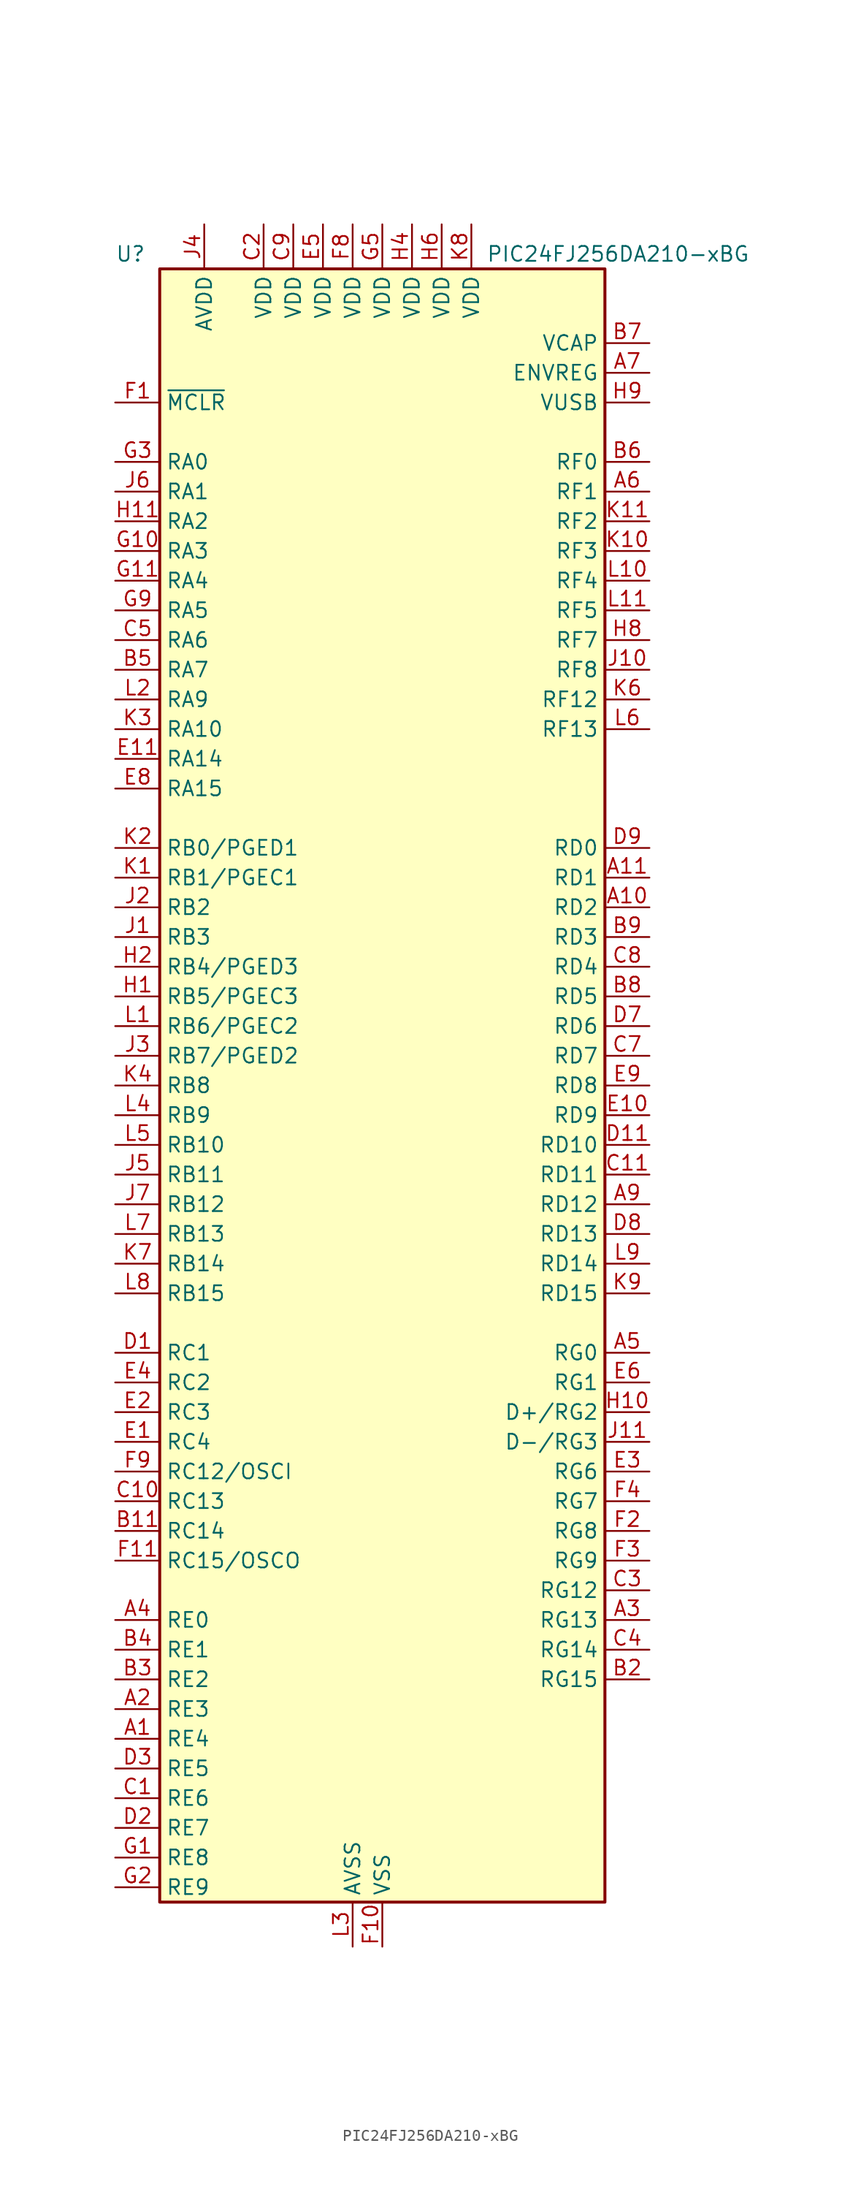
<source format=kicad_sym>
(kicad_symbol_lib
  (version 20201005)
  (generator kicad_symbol_editor)
  (symbol "PIC24FJ256DA210-xBG"
    (property "Reference" "U"
      (at -22.86 71.12 0)
      (effects (font (size 1.27 1.27)) (justify left)))
    (property "Value" "PIC24FJ256DA210-xBG"
      (at 8.89 71.12 0)
      (effects (font (size 1.27 1.27)) (justify left)))
    (symbol "PIC24FJ256DA210-xBG_1_1"
      (rectangle (start -19.05 69.85) (end 19.05 -69.85) (stroke (width 0.254)) (fill (type background)))
      (pin bidirectional line (at -22.86 -55.88 0) (length 3.81) (name "RE4" (effects (font (size 1.27 1.27)))) (number "A1" (effects (font (size 1.27 1.27)))))
      (pin bidirectional line (at 22.86 15.24 180) (length 3.81) (name "RD2" (effects (font (size 1.27 1.27)))) (number "A10" (effects (font (size 1.27 1.27)))))
      (pin bidirectional line (at 22.86 17.78 180) (length 3.81) (name "RD1" (effects (font (size 1.27 1.27)))) (number "A11" (effects (font (size 1.27 1.27)))))
      (pin bidirectional line (at -22.86 -53.34 0) (length 3.81) (name "RE3" (effects (font (size 1.27 1.27)))) (number "A2" (effects (font (size 1.27 1.27)))))
      (pin bidirectional line (at 22.86 -45.72 180) (length 3.81) (name "RG13" (effects (font (size 1.27 1.27)))) (number "A3" (effects (font (size 1.27 1.27)))))
      (pin bidirectional line (at -22.86 -45.72 0) (length 3.81) (name "RE0" (effects (font (size 1.27 1.27)))) (number "A4" (effects (font (size 1.27 1.27)))))
      (pin bidirectional line (at 22.86 -22.86 180) (length 3.81) (name "RG0" (effects (font (size 1.27 1.27)))) (number "A5" (effects (font (size 1.27 1.27)))))
      (pin bidirectional line (at 22.86 50.8 180) (length 3.81) (name "RF1" (effects (font (size 1.27 1.27)))) (number "A6" (effects (font (size 1.27 1.27)))))
      (pin input line (at 22.86 60.96 180) (length 3.81) (name "ENVREG" (effects (font (size 1.27 1.27)))) (number "A7" (effects (font (size 1.27 1.27)))))
      (pin no_connect line (at 2.54 -25.4 180) (length 3.81) hide (name "N/C" (effects (font (size 1.27 1.27)))) (number "A8" (effects (font (size 1.27 1.27)))))
      (pin bidirectional line (at 22.86 -10.16 180) (length 3.81) (name "RD12" (effects (font (size 1.27 1.27)))) (number "A9" (effects (font (size 1.27 1.27)))))
      (pin no_connect line (at 2.54 -27.94 180) (length 3.81) hide (name "N/C" (effects (font (size 1.27 1.27)))) (number "B1" (effects (font (size 1.27 1.27)))))
      (pin passive line (at 0 -73.66 90) (length 3.81) hide (name "VSS" (effects (font (size 1.27 1.27)))) (number "B10" (effects (font (size 1.27 1.27)))))
      (pin bidirectional line (at -22.86 -38.1 0) (length 3.81) (name "RC14" (effects (font (size 1.27 1.27)))) (number "B11" (effects (font (size 1.27 1.27)))))
      (pin bidirectional line (at 22.86 -50.8 180) (length 3.81) (name "RG15" (effects (font (size 1.27 1.27)))) (number "B2" (effects (font (size 1.27 1.27)))))
      (pin bidirectional line (at -22.86 -50.8 0) (length 3.81) (name "RE2" (effects (font (size 1.27 1.27)))) (number "B3" (effects (font (size 1.27 1.27)))))
      (pin bidirectional line (at -22.86 -48.26 0) (length 3.81) (name "RE1" (effects (font (size 1.27 1.27)))) (number "B4" (effects (font (size 1.27 1.27)))))
      (pin bidirectional line (at -22.86 35.56 0) (length 3.81) (name "RA7" (effects (font (size 1.27 1.27)))) (number "B5" (effects (font (size 1.27 1.27)))))
      (pin bidirectional line (at 22.86 53.34 180) (length 3.81) (name "RF0" (effects (font (size 1.27 1.27)))) (number "B6" (effects (font (size 1.27 1.27)))))
      (pin passive line (at 22.86 63.5 180) (length 3.81) (name "VCAP" (effects (font (size 1.27 1.27)))) (number "B7" (effects (font (size 1.27 1.27)))))
      (pin bidirectional line (at 22.86 7.62 180) (length 3.81) (name "RD5" (effects (font (size 1.27 1.27)))) (number "B8" (effects (font (size 1.27 1.27)))))
      (pin bidirectional line (at 22.86 12.7 180) (length 3.81) (name "RD3" (effects (font (size 1.27 1.27)))) (number "B9" (effects (font (size 1.27 1.27)))))
      (pin bidirectional line (at -22.86 -60.96 0) (length 3.81) (name "RE6" (effects (font (size 1.27 1.27)))) (number "C1" (effects (font (size 1.27 1.27)))))
      (pin bidirectional line (at -22.86 -35.56 0) (length 3.81) (name "RC13" (effects (font (size 1.27 1.27)))) (number "C10" (effects (font (size 1.27 1.27)))))
      (pin bidirectional line (at 22.86 -7.62 180) (length 3.81) (name "RD11" (effects (font (size 1.27 1.27)))) (number "C11" (effects (font (size 1.27 1.27)))))
      (pin power_in line (at -10.16 73.66 270) (length 3.81) (name "VDD" (effects (font (size 1.27 1.27)))) (number "C2" (effects (font (size 1.27 1.27)))))
      (pin bidirectional line (at 22.86 -43.18 180) (length 3.81) (name "RG12" (effects (font (size 1.27 1.27)))) (number "C3" (effects (font (size 1.27 1.27)))))
      (pin bidirectional line (at 22.86 -48.26 180) (length 3.81) (name "RG14" (effects (font (size 1.27 1.27)))) (number "C4" (effects (font (size 1.27 1.27)))))
      (pin bidirectional line (at -22.86 38.1 0) (length 3.81) (name "RA6" (effects (font (size 1.27 1.27)))) (number "C5" (effects (font (size 1.27 1.27)))))
      (pin no_connect line (at 2.54 -30.48 180) (length 3.81) hide (name "N/C" (effects (font (size 1.27 1.27)))) (number "C6" (effects (font (size 1.27 1.27)))))
      (pin bidirectional line (at 22.86 2.54 180) (length 3.81) (name "RD7" (effects (font (size 1.27 1.27)))) (number "C7" (effects (font (size 1.27 1.27)))))
      (pin bidirectional line (at 22.86 10.16 180) (length 3.81) (name "RD4" (effects (font (size 1.27 1.27)))) (number "C8" (effects (font (size 1.27 1.27)))))
      (pin power_in line (at -7.62 73.66 270) (length 3.81) (name "VDD" (effects (font (size 1.27 1.27)))) (number "C9" (effects (font (size 1.27 1.27)))))
      (pin bidirectional line (at -22.86 -22.86 0) (length 3.81) (name "RC1" (effects (font (size 1.27 1.27)))) (number "D1" (effects (font (size 1.27 1.27)))))
      (pin no_connect line (at 2.54 -35.56 180) (length 3.81) hide (name "N/C" (effects (font (size 1.27 1.27)))) (number "D10" (effects (font (size 1.27 1.27)))))
      (pin bidirectional line (at 22.86 -5.08 180) (length 3.81) (name "RD10" (effects (font (size 1.27 1.27)))) (number "D11" (effects (font (size 1.27 1.27)))))
      (pin bidirectional line (at -22.86 -63.5 0) (length 3.81) (name "RE7" (effects (font (size 1.27 1.27)))) (number "D2" (effects (font (size 1.27 1.27)))))
      (pin bidirectional line (at -22.86 -58.42 0) (length 3.81) (name "RE5" (effects (font (size 1.27 1.27)))) (number "D3" (effects (font (size 1.27 1.27)))))
      (pin passive line (at 0 -73.66 90) (length 3.81) hide (name "VSS" (effects (font (size 1.27 1.27)))) (number "D4" (effects (font (size 1.27 1.27)))))
      (pin passive line (at 0 -73.66 90) (length 3.81) hide (name "VSS" (effects (font (size 1.27 1.27)))) (number "D5" (effects (font (size 1.27 1.27)))))
      (pin no_connect line (at 2.54 -33.02 180) (length 3.81) hide (name "N/C" (effects (font (size 1.27 1.27)))) (number "D6" (effects (font (size 1.27 1.27)))))
      (pin bidirectional line (at 22.86 5.08 180) (length 3.81) (name "RD6" (effects (font (size 1.27 1.27)))) (number "D7" (effects (font (size 1.27 1.27)))))
      (pin bidirectional line (at 22.86 -12.7 180) (length 3.81) (name "RD13" (effects (font (size 1.27 1.27)))) (number "D8" (effects (font (size 1.27 1.27)))))
      (pin bidirectional line (at 22.86 20.32 180) (length 3.81) (name "RD0" (effects (font (size 1.27 1.27)))) (number "D9" (effects (font (size 1.27 1.27)))))
      (pin bidirectional line (at -22.86 -30.48 0) (length 3.81) (name "RC4" (effects (font (size 1.27 1.27)))) (number "E1" (effects (font (size 1.27 1.27)))))
      (pin bidirectional line (at 22.86 -2.54 180) (length 3.81) (name "RD9" (effects (font (size 1.27 1.27)))) (number "E10" (effects (font (size 1.27 1.27)))))
      (pin bidirectional line (at -22.86 27.94 0) (length 3.81) (name "RA14" (effects (font (size 1.27 1.27)))) (number "E11" (effects (font (size 1.27 1.27)))))
      (pin bidirectional line (at -22.86 -27.94 0) (length 3.81) (name "RC3" (effects (font (size 1.27 1.27)))) (number "E2" (effects (font (size 1.27 1.27)))))
      (pin bidirectional line (at 22.86 -33.02 180) (length 3.81) (name "RG6" (effects (font (size 1.27 1.27)))) (number "E3" (effects (font (size 1.27 1.27)))))
      (pin bidirectional line (at -22.86 -25.4 0) (length 3.81) (name "RC2" (effects (font (size 1.27 1.27)))) (number "E4" (effects (font (size 1.27 1.27)))))
      (pin power_in line (at -5.08 73.66 270) (length 3.81) (name "VDD" (effects (font (size 1.27 1.27)))) (number "E5" (effects (font (size 1.27 1.27)))))
      (pin bidirectional line (at 22.86 -25.4 180) (length 3.81) (name "RG1" (effects (font (size 1.27 1.27)))) (number "E6" (effects (font (size 1.27 1.27)))))
      (pin no_connect line (at 2.54 -38.1 180) (length 3.81) hide (name "N/C" (effects (font (size 1.27 1.27)))) (number "E7" (effects (font (size 1.27 1.27)))))
      (pin bidirectional line (at -22.86 25.4 0) (length 3.81) (name "RA15" (effects (font (size 1.27 1.27)))) (number "E8" (effects (font (size 1.27 1.27)))))
      (pin bidirectional line (at 22.86 0 180) (length 3.81) (name "RD8" (effects (font (size 1.27 1.27)))) (number "E9" (effects (font (size 1.27 1.27)))))
      (pin input line (at -22.86 58.42 0) (length 3.81) (name "~MCLR" (effects (font (size 1.27 1.27)))) (number "F1" (effects (font (size 1.27 1.27)))))
      (pin power_in line (at 0 -73.66 90) (length 3.81) (name "VSS" (effects (font (size 1.27 1.27)))) (number "F10" (effects (font (size 1.27 1.27)))))
      (pin bidirectional line (at -22.86 -40.64 0) (length 3.81) (name "RC15/OSCO" (effects (font (size 1.27 1.27)))) (number "F11" (effects (font (size 1.27 1.27)))))
      (pin bidirectional line (at 22.86 -38.1 180) (length 3.81) (name "RG8" (effects (font (size 1.27 1.27)))) (number "F2" (effects (font (size 1.27 1.27)))))
      (pin bidirectional line (at 22.86 -40.64 180) (length 3.81) (name "RG9" (effects (font (size 1.27 1.27)))) (number "F3" (effects (font (size 1.27 1.27)))))
      (pin bidirectional line (at 22.86 -35.56 180) (length 3.81) (name "RG7" (effects (font (size 1.27 1.27)))) (number "F4" (effects (font (size 1.27 1.27)))))
      (pin passive line (at 0 -73.66 90) (length 3.81) hide (name "VSS" (effects (font (size 1.27 1.27)))) (number "F5" (effects (font (size 1.27 1.27)))))
      (pin no_connect line (at 2.54 -40.64 180) (length 3.81) hide (name "N/C" (effects (font (size 1.27 1.27)))) (number "F6" (effects (font (size 1.27 1.27)))))
      (pin no_connect line (at 2.54 -43.18 180) (length 3.81) hide (name "N/C" (effects (font (size 1.27 1.27)))) (number "F7" (effects (font (size 1.27 1.27)))))
      (pin power_in line (at -2.54 73.66 270) (length 3.81) (name "VDD" (effects (font (size 1.27 1.27)))) (number "F8" (effects (font (size 1.27 1.27)))))
      (pin bidirectional line (at -22.86 -33.02 0) (length 3.81) (name "RC12/OSCI" (effects (font (size 1.27 1.27)))) (number "F9" (effects (font (size 1.27 1.27)))))
      (pin bidirectional line (at -22.86 -66.04 0) (length 3.81) (name "RE8" (effects (font (size 1.27 1.27)))) (number "G1" (effects (font (size 1.27 1.27)))))
      (pin bidirectional line (at -22.86 45.72 0) (length 3.81) (name "RA3" (effects (font (size 1.27 1.27)))) (number "G10" (effects (font (size 1.27 1.27)))))
      (pin bidirectional line (at -22.86 43.18 0) (length 3.81) (name "RA4" (effects (font (size 1.27 1.27)))) (number "G11" (effects (font (size 1.27 1.27)))))
      (pin bidirectional line (at -22.86 -68.58 0) (length 3.81) (name "RE9" (effects (font (size 1.27 1.27)))) (number "G2" (effects (font (size 1.27 1.27)))))
      (pin bidirectional line (at -22.86 53.34 0) (length 3.81) (name "RA0" (effects (font (size 1.27 1.27)))) (number "G3" (effects (font (size 1.27 1.27)))))
      (pin no_connect line (at 2.54 -45.72 180) (length 3.81) hide (name "N/C" (effects (font (size 1.27 1.27)))) (number "G4" (effects (font (size 1.27 1.27)))))
      (pin power_in line (at 0 73.66 270) (length 3.81) (name "VDD" (effects (font (size 1.27 1.27)))) (number "G5" (effects (font (size 1.27 1.27)))))
      (pin passive line (at 0 -73.66 90) (length 3.81) hide (name "VSS" (effects (font (size 1.27 1.27)))) (number "G6" (effects (font (size 1.27 1.27)))))
      (pin passive line (at 0 -73.66 90) (length 3.81) hide (name "VSS" (effects (font (size 1.27 1.27)))) (number "G7" (effects (font (size 1.27 1.27)))))
      (pin no_connect line (at 2.54 -48.26 180) (length 3.81) hide (name "N/C" (effects (font (size 1.27 1.27)))) (number "G8" (effects (font (size 1.27 1.27)))))
      (pin bidirectional line (at -22.86 40.64 0) (length 3.81) (name "RA5" (effects (font (size 1.27 1.27)))) (number "G9" (effects (font (size 1.27 1.27)))))
      (pin bidirectional line (at -22.86 7.62 0) (length 3.81) (name "RB5/PGEC3" (effects (font (size 1.27 1.27)))) (number "H1" (effects (font (size 1.27 1.27)))))
      (pin bidirectional line (at 22.86 -27.94 180) (length 3.81) (name "D+/RG2" (effects (font (size 1.27 1.27)))) (number "H10" (effects (font (size 1.27 1.27)))))
      (pin bidirectional line (at -22.86 48.26 0) (length 3.81) (name "RA2" (effects (font (size 1.27 1.27)))) (number "H11" (effects (font (size 1.27 1.27)))))
      (pin bidirectional line (at -22.86 10.16 0) (length 3.81) (name "RB4/PGED3" (effects (font (size 1.27 1.27)))) (number "H2" (effects (font (size 1.27 1.27)))))
      (pin passive line (at 0 -73.66 90) (length 3.81) hide (name "VSS" (effects (font (size 1.27 1.27)))) (number "H3" (effects (font (size 1.27 1.27)))))
      (pin power_in line (at 2.54 73.66 270) (length 3.81) (name "VDD" (effects (font (size 1.27 1.27)))) (number "H4" (effects (font (size 1.27 1.27)))))
      (pin no_connect line (at 2.54 -50.8 180) (length 3.81) hide (name "N/C" (effects (font (size 1.27 1.27)))) (number "H5" (effects (font (size 1.27 1.27)))))
      (pin power_in line (at 5.08 73.66 270) (length 3.81) (name "VDD" (effects (font (size 1.27 1.27)))) (number "H6" (effects (font (size 1.27 1.27)))))
      (pin no_connect line (at 2.54 -53.34 180) (length 3.81) hide (name "N/C" (effects (font (size 1.27 1.27)))) (number "H7" (effects (font (size 1.27 1.27)))))
      (pin bidirectional line (at 22.86 38.1 180) (length 3.81) (name "RF7" (effects (font (size 1.27 1.27)))) (number "H8" (effects (font (size 1.27 1.27)))))
      (pin bidirectional line (at 22.86 58.42 180) (length 3.81) (name "VUSB" (effects (font (size 1.27 1.27)))) (number "H9" (effects (font (size 1.27 1.27)))))
      (pin bidirectional line (at -22.86 12.7 0) (length 3.81) (name "RB3" (effects (font (size 1.27 1.27)))) (number "J1" (effects (font (size 1.27 1.27)))))
      (pin bidirectional line (at 22.86 35.56 180) (length 3.81) (name "RF8" (effects (font (size 1.27 1.27)))) (number "J10" (effects (font (size 1.27 1.27)))))
      (pin bidirectional line (at 22.86 -30.48 180) (length 3.81) (name "D-/RG3" (effects (font (size 1.27 1.27)))) (number "J11" (effects (font (size 1.27 1.27)))))
      (pin bidirectional line (at -22.86 15.24 0) (length 3.81) (name "RB2" (effects (font (size 1.27 1.27)))) (number "J2" (effects (font (size 1.27 1.27)))))
      (pin bidirectional line (at -22.86 2.54 0) (length 3.81) (name "RB7/PGED2" (effects (font (size 1.27 1.27)))) (number "J3" (effects (font (size 1.27 1.27)))))
      (pin power_in line (at -15.24 73.66 270) (length 3.81) (name "AVDD" (effects (font (size 1.27 1.27)))) (number "J4" (effects (font (size 1.27 1.27)))))
      (pin bidirectional line (at -22.86 -7.62 0) (length 3.81) (name "RB11" (effects (font (size 1.27 1.27)))) (number "J5" (effects (font (size 1.27 1.27)))))
      (pin bidirectional line (at -22.86 50.8 0) (length 3.81) (name "RA1" (effects (font (size 1.27 1.27)))) (number "J6" (effects (font (size 1.27 1.27)))))
      (pin bidirectional line (at -22.86 -10.16 0) (length 3.81) (name "RB12" (effects (font (size 1.27 1.27)))) (number "J7" (effects (font (size 1.27 1.27)))))
      (pin no_connect line (at 2.54 -55.88 180) (length 3.81) hide (name "N/C" (effects (font (size 1.27 1.27)))) (number "J8" (effects (font (size 1.27 1.27)))))
      (pin no_connect line (at 2.54 -58.42 180) (length 3.81) hide (name "N/C" (effects (font (size 1.27 1.27)))) (number "J9" (effects (font (size 1.27 1.27)))))
      (pin bidirectional line (at -22.86 17.78 0) (length 3.81) (name "RB1/PGEC1" (effects (font (size 1.27 1.27)))) (number "K1" (effects (font (size 1.27 1.27)))))
      (pin bidirectional line (at 22.86 45.72 180) (length 3.81) (name "RF3" (effects (font (size 1.27 1.27)))) (number "K10" (effects (font (size 1.27 1.27)))))
      (pin bidirectional line (at 22.86 48.26 180) (length 3.81) (name "RF2" (effects (font (size 1.27 1.27)))) (number "K11" (effects (font (size 1.27 1.27)))))
      (pin bidirectional line (at -22.86 20.32 0) (length 3.81) (name "RB0/PGED1" (effects (font (size 1.27 1.27)))) (number "K2" (effects (font (size 1.27 1.27)))))
      (pin bidirectional line (at -22.86 30.48 0) (length 3.81) (name "RA10" (effects (font (size 1.27 1.27)))) (number "K3" (effects (font (size 1.27 1.27)))))
      (pin bidirectional line (at -22.86 0 0) (length 3.81) (name "RB8" (effects (font (size 1.27 1.27)))) (number "K4" (effects (font (size 1.27 1.27)))))
      (pin no_connect line (at 2.54 -60.96 180) (length 3.81) hide (name "N/C" (effects (font (size 1.27 1.27)))) (number "K5" (effects (font (size 1.27 1.27)))))
      (pin bidirectional line (at 22.86 33.02 180) (length 3.81) (name "RF12" (effects (font (size 1.27 1.27)))) (number "K6" (effects (font (size 1.27 1.27)))))
      (pin bidirectional line (at -22.86 -15.24 0) (length 3.81) (name "RB14" (effects (font (size 1.27 1.27)))) (number "K7" (effects (font (size 1.27 1.27)))))
      (pin power_in line (at 7.62 73.66 270) (length 3.81) (name "VDD" (effects (font (size 1.27 1.27)))) (number "K8" (effects (font (size 1.27 1.27)))))
      (pin bidirectional line (at 22.86 -17.78 180) (length 3.81) (name "RD15" (effects (font (size 1.27 1.27)))) (number "K9" (effects (font (size 1.27 1.27)))))
      (pin bidirectional line (at -22.86 5.08 0) (length 3.81) (name "RB6/PGEC2" (effects (font (size 1.27 1.27)))) (number "L1" (effects (font (size 1.27 1.27)))))
      (pin bidirectional line (at 22.86 43.18 180) (length 3.81) (name "RF4" (effects (font (size 1.27 1.27)))) (number "L10" (effects (font (size 1.27 1.27)))))
      (pin bidirectional line (at 22.86 40.64 180) (length 3.81) (name "RF5" (effects (font (size 1.27 1.27)))) (number "L11" (effects (font (size 1.27 1.27)))))
      (pin bidirectional line (at -22.86 33.02 0) (length 3.81) (name "RA9" (effects (font (size 1.27 1.27)))) (number "L2" (effects (font (size 1.27 1.27)))))
      (pin power_in line (at -2.54 -73.66 90) (length 3.81) (name "AVSS" (effects (font (size 1.27 1.27)))) (number "L3" (effects (font (size 1.27 1.27)))))
      (pin bidirectional line (at -22.86 -2.54 0) (length 3.81) (name "RB9" (effects (font (size 1.27 1.27)))) (number "L4" (effects (font (size 1.27 1.27)))))
      (pin bidirectional line (at -22.86 -5.08 0) (length 3.81) (name "RB10" (effects (font (size 1.27 1.27)))) (number "L5" (effects (font (size 1.27 1.27)))))
      (pin bidirectional line (at 22.86 30.48 180) (length 3.81) (name "RF13" (effects (font (size 1.27 1.27)))) (number "L6" (effects (font (size 1.27 1.27)))))
      (pin bidirectional line (at -22.86 -12.7 0) (length 3.81) (name "RB13" (effects (font (size 1.27 1.27)))) (number "L7" (effects (font (size 1.27 1.27)))))
      (pin bidirectional line (at -22.86 -17.78 0) (length 3.81) (name "RB15" (effects (font (size 1.27 1.27)))) (number "L8" (effects (font (size 1.27 1.27)))))
      (pin bidirectional line (at 22.86 -15.24 180) (length 3.81) (name "RD14" (effects (font (size 1.27 1.27)))) (number "L9" (effects (font (size 1.27 1.27))))))))
</source>
